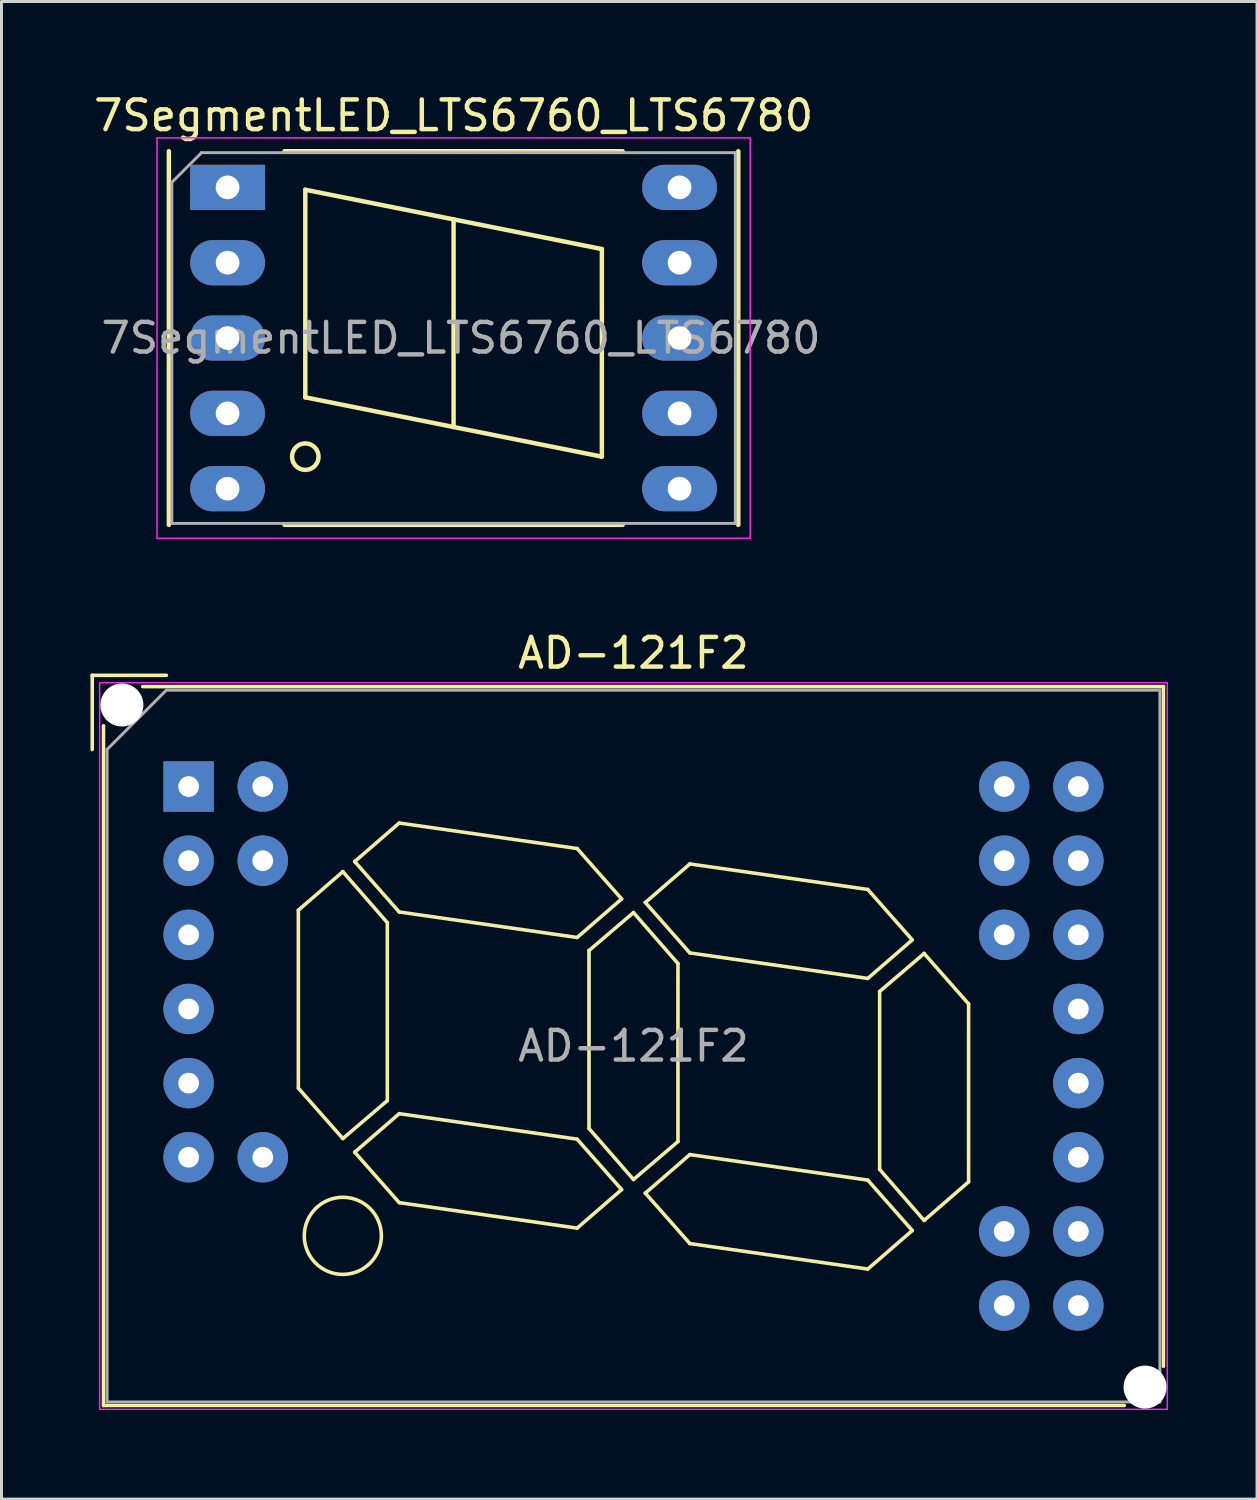
<source format=kicad_pcb>
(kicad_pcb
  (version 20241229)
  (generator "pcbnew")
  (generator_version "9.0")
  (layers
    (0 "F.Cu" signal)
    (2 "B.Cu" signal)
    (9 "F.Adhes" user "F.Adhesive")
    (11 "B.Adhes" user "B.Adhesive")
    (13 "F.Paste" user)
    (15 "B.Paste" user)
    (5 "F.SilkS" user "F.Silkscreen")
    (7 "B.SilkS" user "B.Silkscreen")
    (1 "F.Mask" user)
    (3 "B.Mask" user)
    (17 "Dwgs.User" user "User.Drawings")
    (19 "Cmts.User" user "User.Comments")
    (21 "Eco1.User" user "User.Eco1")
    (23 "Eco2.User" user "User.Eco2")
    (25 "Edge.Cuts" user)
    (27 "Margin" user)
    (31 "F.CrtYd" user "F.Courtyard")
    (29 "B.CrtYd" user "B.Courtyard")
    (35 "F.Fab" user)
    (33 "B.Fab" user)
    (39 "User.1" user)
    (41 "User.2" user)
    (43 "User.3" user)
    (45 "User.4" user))
  (footprint "7SegmentLED_LTS6760_LTS6780"
    (layer "F.Cu")
    (at 4.624 3.268)
    (property "Reference" "7SegmentLED_LTS6760_LTS6780" (at 7.62 -2.42 0) (layer "F.SilkS") (effects (font (size 1 1) (thickness 0.15))))
    (attr through_hole)
    (fp_line (start -1.98 11.38) (end -1.98 -1.22) (stroke (width 0.15) (type solid)) (layer "F.SilkS"))
    (fp_line (start 2.62 0.08) (end 2.62 7.08) (stroke (width 0.15) (type solid)) (layer "F.SilkS"))
    (fp_line (start 2.62 7.08) (end 7.62 8.08) (stroke (width 0.15) (type solid)) (layer "F.SilkS"))
    (fp_line (start 7.62 1.08) (end 2.62 0.08) (stroke (width 0.15) (type solid)) (layer "F.SilkS"))
    (fp_line (start 7.62 8.08) (end 7.62 1.08) (stroke (width 0.15) (type solid)) (layer "F.SilkS"))
    (fp_line (start 12.62 2.08) (end 7.62 1.08) (stroke (width 0.15) (type solid)) (layer "F.SilkS"))
    (fp_line (start 12.62 2.08) (end 12.62 9.08) (stroke (width 0.15) (type solid)) (layer "F.SilkS"))
    (fp_line (start 12.62 9.08) (end 7.62 8.08) (stroke (width 0.15) (type solid)) (layer "F.SilkS"))
    (fp_line (start 13.32 -1.22) (end 1.92 -1.22) (stroke (width 0.15) (type solid)) (layer "F.SilkS"))
    (fp_line (start 13.32 11.38) (end 1.92 11.38) (stroke (width 0.15) (type solid)) (layer "F.SilkS"))
    (fp_line (start 17.22 -1.22) (end 17.22 11.38) (stroke (width 0.15) (type solid)) (layer "F.SilkS"))
    (fp_circle (center 2.62 9.08) (end 2.42 9.48) (stroke (width 0.15) (type solid)) (fill no) (layer "F.SilkS"))
    (fp_line (start -2.38 -1.67) (end 17.62 -1.67) (stroke (width 0.05) (type solid)) (layer "F.CrtYd"))
    (fp_line (start -2.38 11.83) (end -2.38 -1.67) (stroke (width 0.05) (type solid)) (layer "F.CrtYd"))
    (fp_line (start 17.62 -1.67) (end 17.62 11.83) (stroke (width 0.05) (type solid)) (layer "F.CrtYd"))
    (fp_line (start 17.62 11.83) (end -2.38 11.83) (stroke (width 0.05) (type solid)) (layer "F.CrtYd"))
    (fp_line (start -1.88 -0.17) (end -1.88 11.33) (stroke (width 0.1) (type solid)) (layer "F.Fab"))
    (fp_line (start -1.88 11.33) (end 17.12 11.33) (stroke (width 0.1) (type solid)) (layer "F.Fab"))
    (fp_line (start -0.88 -1.17) (end -1.88 -0.17) (stroke (width 0.1) (type solid)) (layer "F.Fab"))
    (fp_line (start 17.12 -1.17) (end -0.88 -1.17) (stroke (width 0.1) (type solid)) (layer "F.Fab"))
    (fp_line (start 17.12 11.33) (end 17.12 -1.17) (stroke (width 0.1) (type solid)) (layer "F.Fab"))
    (fp_text user "${REFERENCE}" (at 7.87 5.08 0) (layer "F.Fab") (effects (font (size 1 1) (thickness 0.15))))
    (pad "1" thru_hole rect (at 0 0 270) (size 1.524 2.524) (drill 0.8) (layers "*.Cu" "*.Mask"))
    (pad "2" thru_hole oval (at 0 2.54 270) (size 1.524 2.524) (drill 0.8) (layers "*.Cu" "*.Mask"))
    (pad "3" thru_hole oval (at 0 5.08 270) (size 1.524 2.524) (drill 0.8) (layers "*.Cu" "*.Mask"))
    (pad "4" thru_hole oval (at 0 7.62 270) (size 1.524 2.524) (drill 0.8) (layers "*.Cu" "*.Mask"))
    (pad "5" thru_hole oval (at 0 10.16 270) (size 1.524 2.524) (drill 0.8) (layers "*.Cu" "*.Mask"))
    (pad "6" thru_hole oval (at 15.24 10.16 270) (size 1.524 2.524) (drill 0.8) (layers "*.Cu" "*.Mask"))
    (pad "7" thru_hole oval (at 15.24 7.62 270) (size 1.524 2.524) (drill 0.8) (layers "*.Cu" "*.Mask"))
    (pad "8" thru_hole oval (at 15.24 5.08 270) (size 1.524 2.524) (drill 0.8) (layers "*.Cu" "*.Mask"))
    (pad "9" thru_hole oval (at 15.24 2.54 270) (size 1.524 2.524) (drill 0.8) (layers "*.Cu" "*.Mask"))
    (pad "10" thru_hole oval (at 15.24 0 270) (size 1.524 2.524) (drill 0.8) (layers "*.Cu" "*.Mask")))
  (footprint "AD-121F2"
    (layer "F.Cu")
    (at 3.31 23.471)
    (property "Reference" "AD-121F2" (at 15 -4.5 0) (layer "F.SilkS") (effects (font (size 1 1) (thickness 0.15))))
    (attr through_hole)
    (fp_line (start -3.25 -3.75) (end -0.75 -3.75) (stroke (width 0.12) (type solid)) (layer "F.SilkS"))
    (fp_line (start -3.25 -1.25) (end -3.25 -3.75) (stroke (width 0.12) (type solid)) (layer "F.SilkS"))
    (fp_line (start -2.87 20.87) (end -2.87 -2.05) (stroke (width 0.12) (type solid)) (layer "F.SilkS"))
    (fp_line (start -1.55 -3.37) (end 32.87 -3.37) (stroke (width 0.12) (type solid)) (layer "F.SilkS"))
    (fp_line (start 3.7 4.17) (end 5.2 2.87) (stroke (width 0.12) (type solid)) (layer "F.SilkS"))
    (fp_line (start 3.7 10.17) (end 3.7 4.17) (stroke (width 0.12) (type solid)) (layer "F.SilkS"))
    (fp_line (start 5.2 2.87) (end 5.2 2.87) (stroke (width 0.12) (type solid)) (layer "F.SilkS"))
    (fp_line (start 5.2 2.87) (end 6.7 4.59) (stroke (width 0.12) (type solid)) (layer "F.SilkS"))
    (fp_line (start 5.2 11.87) (end 3.7 10.17) (stroke (width 0.12) (type solid)) (layer "F.SilkS"))
    (fp_line (start 5.6 2.53) (end 5.6 2.53) (stroke (width 0.12) (type solid)) (layer "F.SilkS"))
    (fp_line (start 5.6 2.53) (end 7.1 4.23) (stroke (width 0.12) (type solid)) (layer "F.SilkS"))
    (fp_line (start 5.6 12.33) (end 5.6 12.33) (stroke (width 0.12) (type solid)) (layer "F.SilkS"))
    (fp_line (start 5.6 12.33) (end 7.1 14.03) (stroke (width 0.12) (type solid)) (layer "F.SilkS"))
    (fp_line (start 6.7 4.59) (end 6.7 10.59) (stroke (width 0.12) (type solid)) (layer "F.SilkS"))
    (fp_line (start 6.7 10.59) (end 5.2 11.87) (stroke (width 0.12) (type solid)) (layer "F.SilkS"))
    (fp_line (start 7.1 1.23) (end 5.6 2.53) (stroke (width 0.12) (type solid)) (layer "F.SilkS"))
    (fp_line (start 7.1 4.23) (end 13.1 5.09) (stroke (width 0.12) (type solid)) (layer "F.SilkS"))
    (fp_line (start 7.1 11.03) (end 5.6 12.33) (stroke (width 0.12) (type solid)) (layer "F.SilkS"))
    (fp_line (start 7.1 14.03) (end 13.1 14.89) (stroke (width 0.12) (type solid)) (layer "F.SilkS"))
    (fp_line (start 13.1 2.09) (end 7.1 1.23) (stroke (width 0.12) (type solid)) (layer "F.SilkS"))
    (fp_line (start 13.1 5.09) (end 14.6 3.79) (stroke (width 0.12) (type solid)) (layer "F.SilkS"))
    (fp_line (start 13.1 11.89) (end 7.1 11.03) (stroke (width 0.12) (type solid)) (layer "F.SilkS"))
    (fp_line (start 13.1 14.89) (end 14.6 13.59) (stroke (width 0.12) (type solid)) (layer "F.SilkS"))
    (fp_line (start 13.5 5.53) (end 15 4.25) (stroke (width 0.12) (type solid)) (layer "F.SilkS"))
    (fp_line (start 13.5 11.53) (end 13.5 5.53) (stroke (width 0.12) (type solid)) (layer "F.SilkS"))
    (fp_line (start 14.6 3.79) (end 13.1 2.09) (stroke (width 0.12) (type solid)) (layer "F.SilkS"))
    (fp_line (start 14.6 13.59) (end 13.1 11.89) (stroke (width 0.12) (type solid)) (layer "F.SilkS"))
    (fp_line (start 15 4.25) (end 15 4.25) (stroke (width 0.12) (type solid)) (layer "F.SilkS"))
    (fp_line (start 15 4.25) (end 16.5 5.97) (stroke (width 0.12) (type solid)) (layer "F.SilkS"))
    (fp_line (start 15 13.25) (end 13.5 11.53) (stroke (width 0.12) (type solid)) (layer "F.SilkS"))
    (fp_line (start 15.4 3.91) (end 15.4 3.91) (stroke (width 0.12) (type solid)) (layer "F.SilkS"))
    (fp_line (start 15.4 3.91) (end 16.9 5.61) (stroke (width 0.12) (type solid)) (layer "F.SilkS"))
    (fp_line (start 15.4 13.71) (end 15.4 13.71) (stroke (width 0.12) (type solid)) (layer "F.SilkS"))
    (fp_line (start 15.4 13.71) (end 16.9 15.41) (stroke (width 0.12) (type solid)) (layer "F.SilkS"))
    (fp_line (start 16.5 5.97) (end 16.5 11.97) (stroke (width 0.12) (type solid)) (layer "F.SilkS"))
    (fp_line (start 16.5 11.97) (end 15 13.25) (stroke (width 0.12) (type solid)) (layer "F.SilkS"))
    (fp_line (start 16.9 2.61) (end 15.4 3.91) (stroke (width 0.12) (type solid)) (layer "F.SilkS"))
    (fp_line (start 16.9 5.61) (end 22.9 6.47) (stroke (width 0.12) (type solid)) (layer "F.SilkS"))
    (fp_line (start 16.9 12.41) (end 15.4 13.71) (stroke (width 0.12) (type solid)) (layer "F.SilkS"))
    (fp_line (start 16.9 15.41) (end 22.9 16.27) (stroke (width 0.12) (type solid)) (layer "F.SilkS"))
    (fp_line (start 22.9 3.47) (end 16.9 2.61) (stroke (width 0.12) (type solid)) (layer "F.SilkS"))
    (fp_line (start 22.9 6.47) (end 24.4 5.17) (stroke (width 0.12) (type solid)) (layer "F.SilkS"))
    (fp_line (start 22.9 13.27) (end 16.9 12.41) (stroke (width 0.12) (type solid)) (layer "F.SilkS"))
    (fp_line (start 22.9 16.27) (end 24.4 14.97) (stroke (width 0.12) (type solid)) (layer "F.SilkS"))
    (fp_line (start 23.3 6.91) (end 24.8 5.63) (stroke (width 0.12) (type solid)) (layer "F.SilkS"))
    (fp_line (start 23.3 12.91) (end 23.3 6.91) (stroke (width 0.12) (type solid)) (layer "F.SilkS"))
    (fp_line (start 24.4 5.17) (end 22.9 3.47) (stroke (width 0.12) (type solid)) (layer "F.SilkS"))
    (fp_line (start 24.4 14.97) (end 22.9 13.27) (stroke (width 0.12) (type solid)) (layer "F.SilkS"))
    (fp_line (start 24.8 5.63) (end 24.8 5.63) (stroke (width 0.12) (type solid)) (layer "F.SilkS"))
    (fp_line (start 24.8 5.63) (end 26.3 7.33) (stroke (width 0.12) (type solid)) (layer "F.SilkS"))
    (fp_line (start 24.8 14.63) (end 23.3 12.91) (stroke (width 0.12) (type solid)) (layer "F.SilkS"))
    (fp_line (start 26.3 7.33) (end 26.3 13.33) (stroke (width 0.12) (type solid)) (layer "F.SilkS"))
    (fp_line (start 26.3 13.33) (end 24.8 14.63) (stroke (width 0.12) (type solid)) (layer "F.SilkS"))
    (fp_line (start 31.55 20.87) (end -2.87 20.87) (stroke (width 0.12) (type solid)) (layer "F.SilkS"))
    (fp_line (start 32.87 -3.37) (end 32.87 19.55) (stroke (width 0.12) (type solid)) (layer "F.SilkS"))
    (fp_circle (center 5.2 15.15) (end 6.5 15.15) (stroke (width 0.12) (type solid)) (fill no) (layer "F.SilkS"))
    (fp_line (start -3 -3.5) (end -3 21) (stroke (width 0.05) (type solid)) (layer "F.CrtYd"))
    (fp_line (start -3 21) (end 33 21) (stroke (width 0.05) (type solid)) (layer "F.CrtYd"))
    (fp_line (start 33 -3.5) (end -3 -3.5) (stroke (width 0.05) (type solid)) (layer "F.CrtYd"))
    (fp_line (start 33 21) (end 33 -3.5) (stroke (width 0.05) (type solid)) (layer "F.CrtYd"))
    (fp_line (start -2.75 -1.25) (end -0.75 -3.25) (stroke (width 0.1) (type solid)) (layer "F.Fab"))
    (fp_line (start -2.75 20.75) (end -2.75 -1.25) (stroke (width 0.1) (type solid)) (layer "F.Fab"))
    (fp_line (start -0.75 -3.25) (end 32.75 -3.25) (stroke (width 0.1) (type solid)) (layer "F.Fab"))
    (fp_line (start 32.75 -3.25) (end 32.75 20.75) (stroke (width 0.1) (type solid)) (layer "F.Fab"))
    (fp_line (start 32.75 20.75) (end -2.75 20.75) (stroke (width 0.1) (type solid)) (layer "F.Fab"))
    (fp_text user "${REFERENCE}" (at 15 8.75 0) (layer "F.Fab") (effects (font (size 1 1) (thickness 0.15))))
    (pad "" np_thru_hole circle (at -2.25 -2.75) (size 1.45 1.45) (drill 1.45) (layers "*.Cu" "*.Mask"))
    (pad "" np_thru_hole circle (at 32.25 20.25) (size 1.45 1.45) (drill 1.45) (layers "*.Cu" "*.Mask"))
    (pad "1" thru_hole rect (at 0 0) (size 1.7 1.7) (drill 0.7) (layers "*.Cu" "*.Mask"))
    (pad "2" thru_hole circle (at 0 2.5) (size 1.7 1.7) (drill 0.7) (layers "*.Cu" "*.Mask"))
    (pad "3" thru_hole circle (at 0 5) (size 1.7 1.7) (drill 0.7) (layers "*.Cu" "*.Mask"))
    (pad "4" thru_hole circle (at 0 7.5) (size 1.7 1.7) (drill 0.7) (layers "*.Cu" "*.Mask"))
    (pad "5" thru_hole circle (at 0 10) (size 1.7 1.7) (drill 0.7) (layers "*.Cu" "*.Mask"))
    (pad "6" thru_hole circle (at 0 12.5) (size 1.7 1.7) (drill 0.7) (layers "*.Cu" "*.Mask"))
    (pad "9" thru_hole circle (at 2.5 0) (size 1.7 1.7) (drill 0.7) (layers "*.Cu" "*.Mask"))
    (pad "10" thru_hole circle (at 2.5 2.5) (size 1.7 1.7) (drill 0.7) (layers "*.Cu" "*.Mask"))
    (pad "11" thru_hole circle (at 2.5 12.5) (size 1.7 1.7) (drill 0.7) (layers "*.Cu" "*.Mask"))
    (pad "13" thru_hole circle (at 27.5 0) (size 1.7 1.7) (drill 0.7) (layers "*.Cu" "*.Mask"))
    (pad "14" thru_hole circle (at 27.5 2.5) (size 1.7 1.7) (drill 0.7) (layers "*.Cu" "*.Mask"))
    (pad "15" thru_hole circle (at 27.5 5) (size 1.7 1.7) (drill 0.7) (layers "*.Cu" "*.Mask"))
    (pad "16" thru_hole circle (at 27.5 15) (size 1.7 1.7) (drill 0.7) (layers "*.Cu" "*.Mask"))
    (pad "17" thru_hole circle (at 27.5 17.5) (size 1.7 1.7) (drill 0.7) (layers "*.Cu" "*.Mask"))
    (pad "18" thru_hole circle (at 30 0) (size 1.7 1.7) (drill 0.7) (layers "*.Cu" "*.Mask"))
    (pad "19" thru_hole circle (at 30 2.5) (size 1.7 1.7) (drill 0.7) (layers "*.Cu" "*.Mask"))
    (pad "20" thru_hole circle (at 30 5) (size 1.7 1.7) (drill 0.7) (layers "*.Cu" "*.Mask"))
    (pad "21" thru_hole circle (at 30 7.5) (size 1.7 1.7) (drill 0.7) (layers "*.Cu" "*.Mask"))
    (pad "22" thru_hole circle (at 30 10) (size 1.7 1.7) (drill 0.7) (layers "*.Cu" "*.Mask"))
    (pad "23" thru_hole circle (at 30 12.5) (size 1.7 1.7) (drill 0.7) (layers "*.Cu" "*.Mask"))
    (pad "24" thru_hole circle (at 30 15) (size 1.7 1.7) (drill 0.7) (layers "*.Cu" "*.Mask"))
    (pad "25" thru_hole circle (at 30 17.5) (size 1.7 1.7) (drill 0.7) (layers "*.Cu" "*.Mask")))
  (gr_rect
    (start -3 -3)
    (end 39.335 47.496)
    (stroke (width 0.1) (type default))
    (fill no)
    (layer "Edge.Cuts")))
</source>
